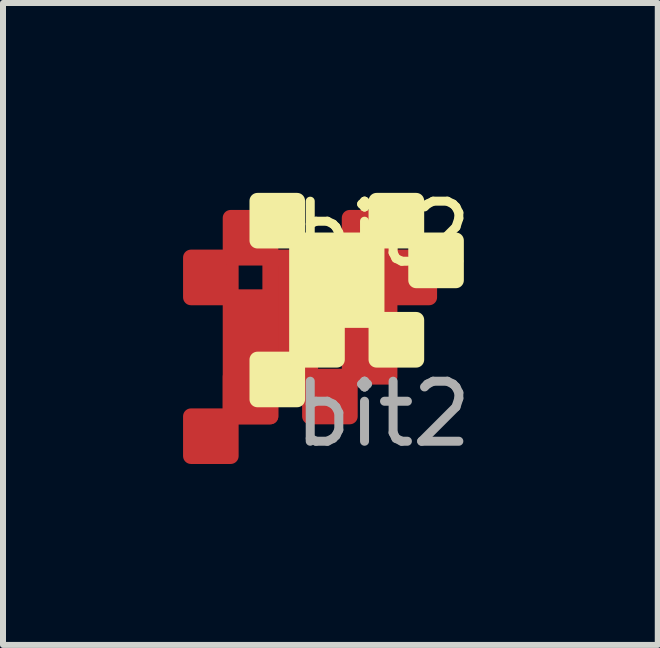
<source format=kicad_pcb>
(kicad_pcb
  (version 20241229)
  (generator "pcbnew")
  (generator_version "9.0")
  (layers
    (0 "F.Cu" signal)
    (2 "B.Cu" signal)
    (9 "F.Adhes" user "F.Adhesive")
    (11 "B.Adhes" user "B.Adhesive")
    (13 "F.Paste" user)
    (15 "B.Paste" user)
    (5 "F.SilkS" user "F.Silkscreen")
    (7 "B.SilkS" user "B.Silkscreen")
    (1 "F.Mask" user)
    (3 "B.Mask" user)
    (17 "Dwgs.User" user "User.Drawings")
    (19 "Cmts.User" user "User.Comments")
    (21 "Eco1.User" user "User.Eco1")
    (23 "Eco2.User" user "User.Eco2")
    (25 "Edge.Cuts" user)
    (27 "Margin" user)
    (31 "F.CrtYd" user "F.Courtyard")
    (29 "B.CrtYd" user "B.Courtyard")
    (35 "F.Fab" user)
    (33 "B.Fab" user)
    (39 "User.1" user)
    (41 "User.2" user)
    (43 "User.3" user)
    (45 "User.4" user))
  (footprint "bit2"
    (layer "F.Cu")
    (at 3.334 1.348)
    (property "Reference" "bit2" (at 0 -0.5 0) (unlocked yes) (layer "F.SilkS") (effects (font (size 1 1) (thickness 0.15))))
    (fp_poly (pts (xy -3.201 -0.106) (xy -3.201 0.556) (xy -2.54 0.556) (xy -2.54 -0.106) (xy -3.201 -0.106)) (stroke (width 0.265) (type solid)) (fill yes) (layer "F.Cu"))
    (fp_poly (pts (xy -2.54 -0.767) (xy -2.54 -0.106) (xy -1.879 -0.106) (xy -1.879 -0.767) (xy -2.54 -0.767)) (stroke (width 0.265) (type solid)) (fill yes) (layer "F.Cu"))
    (fp_poly (pts (xy -2.54 2.54) (xy -3.201 2.54) (xy -3.201 3.201) (xy -2.54 3.201) (xy -2.54 2.54)) (stroke (width 0.265) (type solid)) (fill yes) (layer "F.Cu"))
    (fp_poly (pts (xy -1.879 1.879) (xy -2.54 1.879) (xy -2.54 2.54) (xy -1.879 2.54) (xy -1.879 1.879)) (stroke (width 0.265) (type solid)) (fill yes) (layer "F.Cu"))
    (fp_poly (pts (xy -1.217 0.556) (xy -0.556 0.556) (xy -0.556 -0.106) (xy -1.217 -0.106) (xy -1.217 0.556)) (stroke (width 0.265) (type solid)) (fill yes) (layer "F.Cu"))
    (fp_poly (pts (xy -1.217 1.879) (xy -1.217 2.54) (xy -0.556 2.54) (xy -0.556 1.879) (xy -1.217 1.879)) (stroke (width 0.265) (type solid)) (fill yes) (layer "F.Cu"))
    (fp_poly (pts (xy -0.556 -0.106) (xy 0.106 -0.106) (xy 0.106 -0.767) (xy -0.556 -0.767) (xy -0.556 -0.106)) (stroke (width 0.265) (type solid)) (fill yes) (layer "F.Cu"))
    (fp_poly (pts (xy -0.556 0.556) (xy -0.556 1.217) (xy 0.106 1.217) (xy 0.106 0.556) (xy -0.556 0.556)) (stroke (width 0.265) (type solid)) (fill yes) (layer "F.Cu"))
    (fp_poly (pts (xy -0.556 1.217) (xy -0.556 1.879) (xy 0.106 1.879) (xy 0.106 1.217) (xy -0.556 1.217)) (stroke (width 0.265) (type solid)) (fill yes) (layer "F.Cu"))
    (fp_poly (pts (xy 0.106 -0.106) (xy 0.106 0.556) (xy 0.767 0.556) (xy 0.767 -0.106) (xy 0.106 -0.106)) (stroke (width 0.265) (type solid)) (fill yes) (layer "F.Cu"))
    (fp_poly (pts (xy -2.54 0.556) (xy -2.54 1.879) (xy -2.54 2.54) (xy -1.879 2.54) (xy -1.879 1.879) (xy -1.217 1.879) (xy -1.217 1.217) (xy -1.217 0.556) (xy -2.54 0.556)) (stroke (width 0.265) (type solid)) (fill yes) (layer "F.Cu"))
    (fp_poly (pts (xy -1.879 -0.106) (xy -1.879 1.217) (xy -1.879 1.879) (xy -1.217 1.879) (xy -1.217 1.217) (xy -0.556 1.217) (xy -0.556 0.556) (xy -0.556 -0.106) (xy -1.879 -0.106)) (stroke (width 0.265) (type solid)) (fill yes) (layer "F.Cu"))
    (fp_poly (pts (xy -2.094 -1.051) (xy -2.094 -0.39) (xy -1.433 -0.39) (xy -1.433 -1.051) (xy -2.094 -1.051)) (stroke (width 0.265) (type solid)) (fill yes) (layer "F.SilkS"))
    (fp_poly (pts (xy -1.433 1.595) (xy -2.094 1.595) (xy -2.094 2.256) (xy -1.433 2.256) (xy -1.433 1.595)) (stroke (width 0.265) (type solid)) (fill yes) (layer "F.SilkS"))
    (fp_poly (pts (xy -0.11 -0.39) (xy 0.552 -0.39) (xy 0.552 -1.051) (xy -0.11 -1.051) (xy -0.11 -0.39)) (stroke (width 0.265) (type solid)) (fill yes) (layer "F.SilkS"))
    (fp_poly (pts (xy -0.11 0.933) (xy -0.11 1.595) (xy 0.552 1.595) (xy 0.552 0.933) (xy -0.11 0.933)) (stroke (width 0.265) (type solid)) (fill yes) (layer "F.SilkS"))
    (fp_poly (pts (xy 0.552 -0.39) (xy 0.552 0.272) (xy 1.213 0.272) (xy 1.213 -0.39) (xy 0.552 -0.39)) (stroke (width 0.265) (type solid)) (fill yes) (layer "F.SilkS"))
    (fp_poly (pts (xy -1.433 -0.39) (xy -1.433 0.933) (xy -1.433 1.595) (xy -0.771 1.595) (xy -0.771 0.933) (xy -0.11 0.933) (xy -0.11 0.272) (xy -0.11 -0.39) (xy -1.433 -0.39)) (stroke (width 0.265) (type solid)) (fill yes) (layer "F.SilkS"))
    (fp_text user "${REFERENCE}" (at 0 2.5 0) (unlocked yes) (layer "F.Fab") (effects (font (size 1 1) (thickness 0.15)))))
  (gr_rect
    (start -3 -3)
    (end 7.911 7.697)
    (stroke (width 0.1) (type default))
    (fill no)
    (layer "Edge.Cuts")))
</source>
